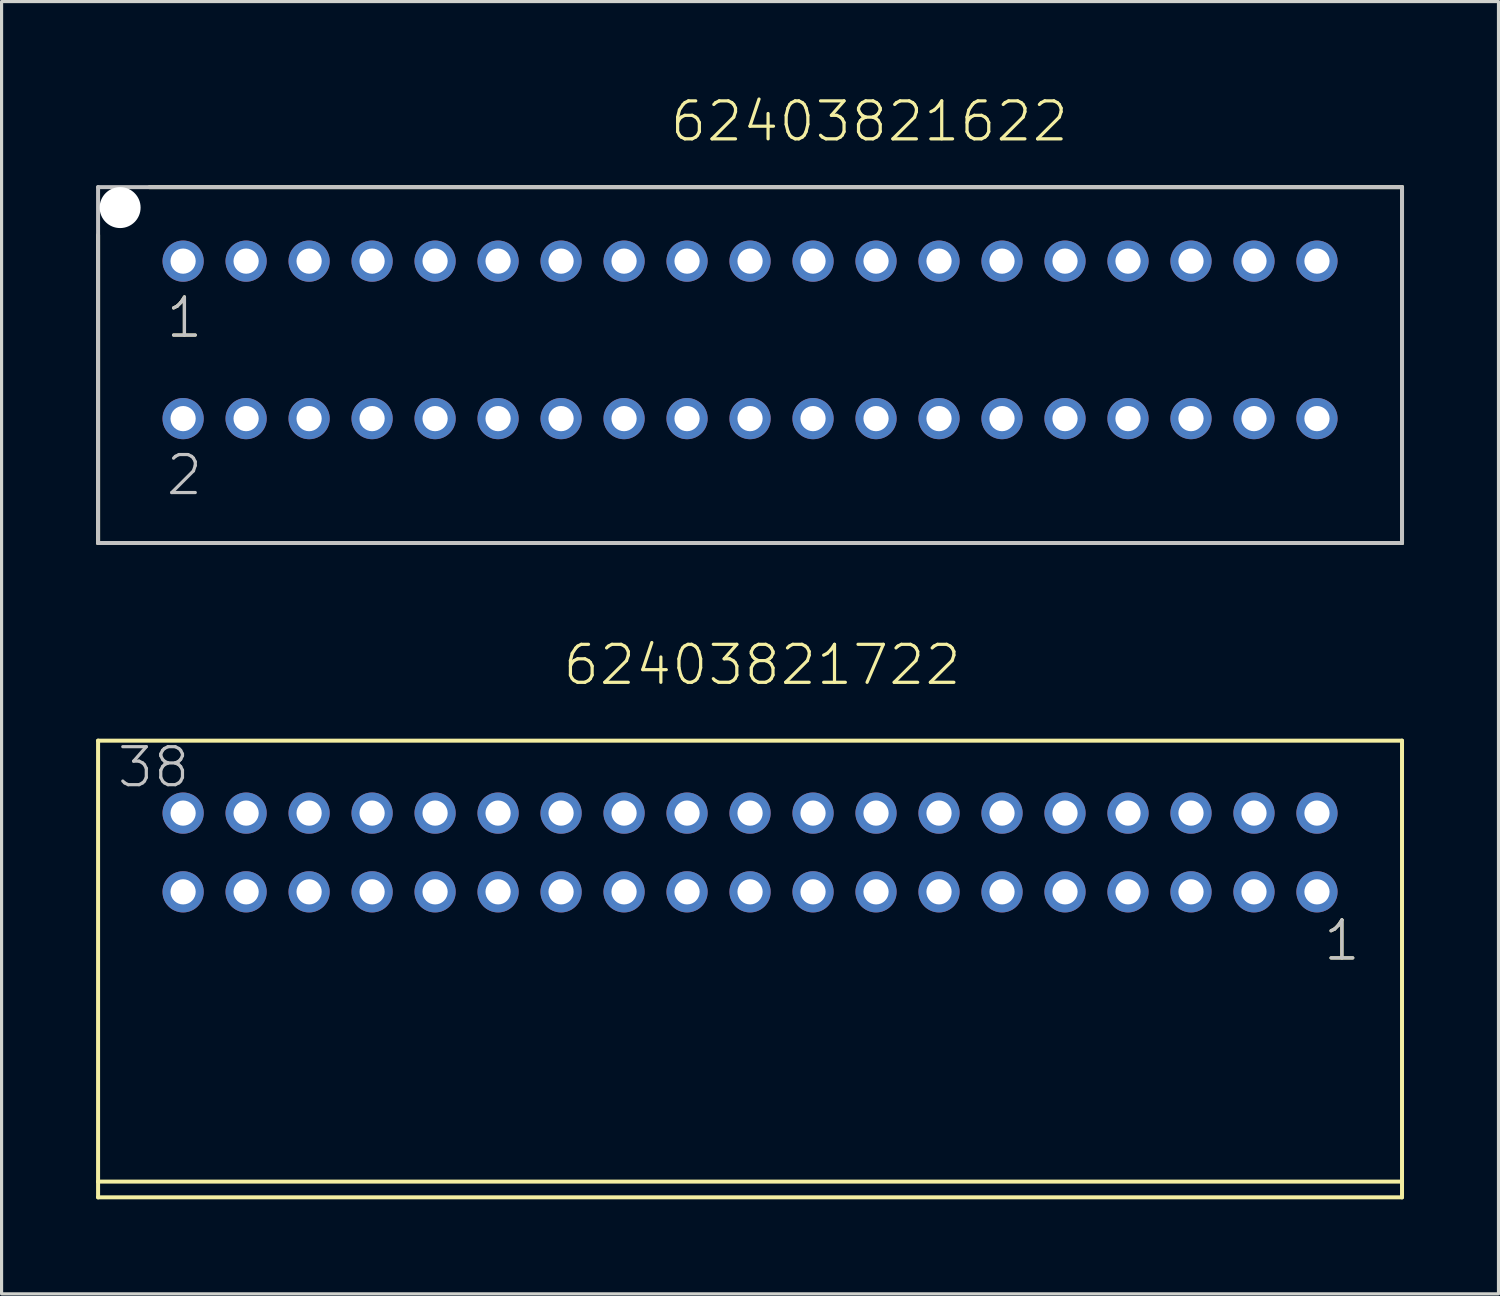
<source format=kicad_pcb>
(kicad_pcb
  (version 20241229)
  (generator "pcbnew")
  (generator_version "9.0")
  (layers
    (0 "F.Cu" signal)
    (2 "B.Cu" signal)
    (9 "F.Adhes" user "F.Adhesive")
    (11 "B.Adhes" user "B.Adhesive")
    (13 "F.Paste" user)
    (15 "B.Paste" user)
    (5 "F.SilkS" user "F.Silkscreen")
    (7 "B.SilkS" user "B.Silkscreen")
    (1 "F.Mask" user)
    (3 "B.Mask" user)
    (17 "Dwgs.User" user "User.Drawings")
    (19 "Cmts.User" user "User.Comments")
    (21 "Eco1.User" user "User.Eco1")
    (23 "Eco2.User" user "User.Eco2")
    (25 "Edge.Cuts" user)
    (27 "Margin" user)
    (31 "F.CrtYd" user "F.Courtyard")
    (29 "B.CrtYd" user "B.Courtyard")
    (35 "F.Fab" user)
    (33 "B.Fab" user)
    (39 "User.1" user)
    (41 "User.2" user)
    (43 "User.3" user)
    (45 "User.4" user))
  (footprint "62403821622"
    (layer "F.Cu")
    (at 20.764 7.741)
    (property "Reference" "62403821622" (at -2.596 -6.23 0) (layer "F.SilkS") (effects (font (size 1.206 1.206) (thickness 0.102)) (justify left bottom)))
    (attr through_hole)
    (fp_line (start -20.7 6.45) (end -20.7 -3.33) (stroke (width 0.127) (type solid)) (layer "F.SilkS"))
    (fp_line (start -19.07 -4.85) (end 20.7 -4.85) (stroke (width 0.127) (type solid)) (layer "F.SilkS"))
    (fp_line (start 20.7 -4.85) (end 20.7 6.45) (stroke (width 0.127) (type solid)) (layer "F.SilkS"))
    (fp_line (start 20.7 6.45) (end -20.7 6.45) (stroke (width 0.127) (type solid)) (layer "F.SilkS"))
    (fp_line (start -20.7 -4.85) (end 20.7 -4.85) (stroke (width 0.127) (type solid)) (layer "Dwgs.User"))
    (fp_line (start -20.7 6.45) (end -20.7 -4.85) (stroke (width 0.127) (type solid)) (layer "Dwgs.User"))
    (fp_line (start 20.7 -4.85) (end 20.7 6.45) (stroke (width 0.127) (type solid)) (layer "Dwgs.User"))
    (fp_line (start 20.7 6.45) (end -20.7 6.45) (stroke (width 0.127) (type solid)) (layer "Dwgs.User"))
    (fp_text user "1" (at -18.6 0 0) (layer "F.SilkS") (effects (font (size 1.206 1.206) (thickness 0.102)) (justify left bottom)))
    (fp_text user "1" (at -18.6 0 0) (layer "Dwgs.User") (effects (font (size 1.206 1.206) (thickness 0.102)) (justify left bottom)))
    (fp_text user "2" (at -18.6 5 0) (layer "Dwgs.User") (effects (font (size 1.206 1.206) (thickness 0.102)) (justify left bottom)))
    (pad "" np_thru_hole circle (at -20 -4.2) (size 1.3 1.3) (drill 1.3) (layers "*.Cu"))
    (pad "1" thru_hole circle (at -18 -2.5) (size 1.308 1.308) (drill 0.8) (layers "*.Cu" "*.Mask"))
    (pad "2" thru_hole circle (at -18 2.5) (size 1.308 1.308) (drill 0.8) (layers "*.Cu" "*.Mask"))
    (pad "3" thru_hole circle (at -16 -2.5) (size 1.308 1.308) (drill 0.8) (layers "*.Cu" "*.Mask"))
    (pad "4" thru_hole circle (at -16 2.5) (size 1.308 1.308) (drill 0.8) (layers "*.Cu" "*.Mask"))
    (pad "5" thru_hole circle (at -14 -2.5) (size 1.308 1.308) (drill 0.8) (layers "*.Cu" "*.Mask"))
    (pad "6" thru_hole circle (at -14 2.5) (size 1.308 1.308) (drill 0.8) (layers "*.Cu" "*.Mask"))
    (pad "7" thru_hole circle (at -12 -2.5) (size 1.308 1.308) (drill 0.8) (layers "*.Cu" "*.Mask"))
    (pad "8" thru_hole circle (at -12 2.5) (size 1.308 1.308) (drill 0.8) (layers "*.Cu" "*.Mask"))
    (pad "9" thru_hole circle (at -10 -2.5) (size 1.308 1.308) (drill 0.8) (layers "*.Cu" "*.Mask"))
    (pad "10" thru_hole circle (at -10 2.5) (size 1.308 1.308) (drill 0.8) (layers "*.Cu" "*.Mask"))
    (pad "11" thru_hole circle (at -8 -2.5) (size 1.308 1.308) (drill 0.8) (layers "*.Cu" "*.Mask"))
    (pad "12" thru_hole circle (at -8 2.5) (size 1.308 1.308) (drill 0.8) (layers "*.Cu" "*.Mask"))
    (pad "13" thru_hole circle (at -6 -2.5) (size 1.308 1.308) (drill 0.8) (layers "*.Cu" "*.Mask"))
    (pad "14" thru_hole circle (at -6 2.5) (size 1.308 1.308) (drill 0.8) (layers "*.Cu" "*.Mask"))
    (pad "15" thru_hole circle (at -4 -2.5) (size 1.308 1.308) (drill 0.8) (layers "*.Cu" "*.Mask"))
    (pad "16" thru_hole circle (at -4 2.5) (size 1.308 1.308) (drill 0.8) (layers "*.Cu" "*.Mask"))
    (pad "17" thru_hole circle (at -2 -2.5) (size 1.308 1.308) (drill 0.8) (layers "*.Cu" "*.Mask"))
    (pad "18" thru_hole circle (at -2 2.5) (size 1.308 1.308) (drill 0.8) (layers "*.Cu" "*.Mask"))
    (pad "19" thru_hole circle (at 0 -2.5) (size 1.308 1.308) (drill 0.8) (layers "*.Cu" "*.Mask"))
    (pad "20" thru_hole circle (at 0 2.5) (size 1.308 1.308) (drill 0.8) (layers "*.Cu" "*.Mask"))
    (pad "21" thru_hole circle (at 2 -2.5) (size 1.308 1.308) (drill 0.8) (layers "*.Cu" "*.Mask"))
    (pad "22" thru_hole circle (at 2 2.5) (size 1.308 1.308) (drill 0.8) (layers "*.Cu" "*.Mask"))
    (pad "23" thru_hole circle (at 4 -2.5) (size 1.308 1.308) (drill 0.8) (layers "*.Cu" "*.Mask"))
    (pad "24" thru_hole circle (at 4 2.5) (size 1.308 1.308) (drill 0.8) (layers "*.Cu" "*.Mask"))
    (pad "25" thru_hole circle (at 6 -2.5) (size 1.308 1.308) (drill 0.8) (layers "*.Cu" "*.Mask"))
    (pad "26" thru_hole circle (at 6 2.5) (size 1.308 1.308) (drill 0.8) (layers "*.Cu" "*.Mask"))
    (pad "27" thru_hole circle (at 8 -2.5) (size 1.308 1.308) (drill 0.8) (layers "*.Cu" "*.Mask"))
    (pad "28" thru_hole circle (at 8 2.5) (size 1.308 1.308) (drill 0.8) (layers "*.Cu" "*.Mask"))
    (pad "29" thru_hole circle (at 10 -2.5) (size 1.308 1.308) (drill 0.8) (layers "*.Cu" "*.Mask"))
    (pad "30" thru_hole circle (at 10 2.5) (size 1.308 1.308) (drill 0.8) (layers "*.Cu" "*.Mask"))
    (pad "31" thru_hole circle (at 12 -2.5) (size 1.308 1.308) (drill 0.8) (layers "*.Cu" "*.Mask"))
    (pad "32" thru_hole circle (at 12 2.5) (size 1.308 1.308) (drill 0.8) (layers "*.Cu" "*.Mask"))
    (pad "33" thru_hole circle (at 14 -2.5) (size 1.308 1.308) (drill 0.8) (layers "*.Cu" "*.Mask"))
    (pad "34" thru_hole circle (at 14 2.5) (size 1.308 1.308) (drill 0.8) (layers "*.Cu" "*.Mask"))
    (pad "35" thru_hole circle (at 16 -2.5) (size 1.308 1.308) (drill 0.8) (layers "*.Cu" "*.Mask"))
    (pad "36" thru_hole circle (at 16 2.5) (size 1.308 1.308) (drill 0.8) (layers "*.Cu" "*.Mask"))
    (pad "37" thru_hole circle (at 18 -2.5) (size 1.308 1.308) (drill 0.8) (layers "*.Cu" "*.Mask"))
    (pad "38" thru_hole circle (at 18 2.5) (size 1.308 1.308) (drill 0.8) (layers "*.Cu" "*.Mask")))
  (footprint "62403821722"
    (layer "F.Cu")
    (at 20.764 24.016)
    (property "Reference" "62403821722" (at -6 -5.25 0) (layer "F.SilkS") (effects (font (size 1.206 1.206) (thickness 0.102)) (justify left bottom)))
    (attr through_hole)
    (fp_line (start -20.7 -3.55) (end -20.7 10.45) (stroke (width 0.127) (type solid)) (layer "F.SilkS"))
    (fp_line (start -20.7 10.45) (end -20.7 10.95) (stroke (width 0.127) (type solid)) (layer "F.SilkS"))
    (fp_line (start -20.7 10.45) (end 20.7 10.45) (stroke (width 0.127) (type solid)) (layer "F.SilkS"))
    (fp_line (start -20.7 10.95) (end 20.7 10.95) (stroke (width 0.127) (type solid)) (layer "F.SilkS"))
    (fp_line (start 20.7 -3.55) (end -20.7 -3.55) (stroke (width 0.127) (type solid)) (layer "F.SilkS"))
    (fp_line (start 20.7 10.45) (end 20.7 -3.55) (stroke (width 0.127) (type solid)) (layer "F.SilkS"))
    (fp_line (start 20.7 10.95) (end 20.7 10.45) (stroke (width 0.127) (type solid)) (layer "F.SilkS"))
    (fp_text user "1" (at 18.15 3.5 0) (layer "F.SilkS") (effects (font (size 1.206 1.206) (thickness 0.102)) (justify left bottom)))
    (fp_text user "38" (at -20.155 -2 0) (layer "Dwgs.User") (effects (font (size 1.206 1.206) (thickness 0.102)) (justify left bottom)))
    (fp_text user "1" (at 18.15 3.5 0) (layer "Dwgs.User") (effects (font (size 1.206 1.206) (thickness 0.102)) (justify left bottom)))
    (pad "1" thru_hole circle (at 18 1.25 180) (size 1.308 1.308) (drill 0.8) (layers "*.Cu" "*.Mask"))
    (pad "2" thru_hole circle (at 18 -1.25 180) (size 1.308 1.308) (drill 0.8) (layers "*.Cu" "*.Mask"))
    (pad "3" thru_hole circle (at 16 1.25 180) (size 1.308 1.308) (drill 0.8) (layers "*.Cu" "*.Mask"))
    (pad "4" thru_hole circle (at 16 -1.25 180) (size 1.308 1.308) (drill 0.8) (layers "*.Cu" "*.Mask"))
    (pad "5" thru_hole circle (at 14 1.25 180) (size 1.308 1.308) (drill 0.8) (layers "*.Cu" "*.Mask"))
    (pad "6" thru_hole circle (at 14 -1.25 180) (size 1.308 1.308) (drill 0.8) (layers "*.Cu" "*.Mask"))
    (pad "7" thru_hole circle (at 12 1.25 180) (size 1.308 1.308) (drill 0.8) (layers "*.Cu" "*.Mask"))
    (pad "8" thru_hole circle (at 12 -1.25 180) (size 1.308 1.308) (drill 0.8) (layers "*.Cu" "*.Mask"))
    (pad "9" thru_hole circle (at 10 1.25 180) (size 1.308 1.308) (drill 0.8) (layers "*.Cu" "*.Mask"))
    (pad "10" thru_hole circle (at 10 -1.25 180) (size 1.308 1.308) (drill 0.8) (layers "*.Cu" "*.Mask"))
    (pad "11" thru_hole circle (at 8 1.25 180) (size 1.308 1.308) (drill 0.8) (layers "*.Cu" "*.Mask"))
    (pad "12" thru_hole circle (at 8 -1.25 180) (size 1.308 1.308) (drill 0.8) (layers "*.Cu" "*.Mask"))
    (pad "13" thru_hole circle (at 6 1.25 180) (size 1.308 1.308) (drill 0.8) (layers "*.Cu" "*.Mask"))
    (pad "14" thru_hole circle (at 6 -1.25 180) (size 1.308 1.308) (drill 0.8) (layers "*.Cu" "*.Mask"))
    (pad "15" thru_hole circle (at 4 1.25 180) (size 1.308 1.308) (drill 0.8) (layers "*.Cu" "*.Mask"))
    (pad "16" thru_hole circle (at 4 -1.25 180) (size 1.308 1.308) (drill 0.8) (layers "*.Cu" "*.Mask"))
    (pad "17" thru_hole circle (at 2 1.25 180) (size 1.308 1.308) (drill 0.8) (layers "*.Cu" "*.Mask"))
    (pad "18" thru_hole circle (at 2 -1.25 180) (size 1.308 1.308) (drill 0.8) (layers "*.Cu" "*.Mask"))
    (pad "19" thru_hole circle (at 0 1.25 180) (size 1.308 1.308) (drill 0.8) (layers "*.Cu" "*.Mask"))
    (pad "20" thru_hole circle (at 0 -1.25 180) (size 1.308 1.308) (drill 0.8) (layers "*.Cu" "*.Mask"))
    (pad "21" thru_hole circle (at -2 1.25 180) (size 1.308 1.308) (drill 0.8) (layers "*.Cu" "*.Mask"))
    (pad "22" thru_hole circle (at -2 -1.25 180) (size 1.308 1.308) (drill 0.8) (layers "*.Cu" "*.Mask"))
    (pad "23" thru_hole circle (at -4 1.25 180) (size 1.308 1.308) (drill 0.8) (layers "*.Cu" "*.Mask"))
    (pad "24" thru_hole circle (at -4 -1.25 180) (size 1.308 1.308) (drill 0.8) (layers "*.Cu" "*.Mask"))
    (pad "25" thru_hole circle (at -6 1.25 180) (size 1.308 1.308) (drill 0.8) (layers "*.Cu" "*.Mask"))
    (pad "26" thru_hole circle (at -6 -1.25 180) (size 1.308 1.308) (drill 0.8) (layers "*.Cu" "*.Mask"))
    (pad "27" thru_hole circle (at -8 1.25 180) (size 1.308 1.308) (drill 0.8) (layers "*.Cu" "*.Mask"))
    (pad "28" thru_hole circle (at -8 -1.25 180) (size 1.308 1.308) (drill 0.8) (layers "*.Cu" "*.Mask"))
    (pad "29" thru_hole circle (at -10 1.25 180) (size 1.308 1.308) (drill 0.8) (layers "*.Cu" "*.Mask"))
    (pad "30" thru_hole circle (at -10 -1.25 180) (size 1.308 1.308) (drill 0.8) (layers "*.Cu" "*.Mask"))
    (pad "31" thru_hole circle (at -12 1.25 180) (size 1.308 1.308) (drill 0.8) (layers "*.Cu" "*.Mask"))
    (pad "32" thru_hole circle (at -12 -1.25 180) (size 1.308 1.308) (drill 0.8) (layers "*.Cu" "*.Mask"))
    (pad "33" thru_hole circle (at -14 1.25 180) (size 1.308 1.308) (drill 0.8) (layers "*.Cu" "*.Mask"))
    (pad "34" thru_hole circle (at -14 -1.25 180) (size 1.308 1.308) (drill 0.8) (layers "*.Cu" "*.Mask"))
    (pad "35" thru_hole circle (at -16 1.25 180) (size 1.308 1.308) (drill 0.8) (layers "*.Cu" "*.Mask"))
    (pad "36" thru_hole circle (at -16 -1.25 180) (size 1.308 1.308) (drill 0.8) (layers "*.Cu" "*.Mask"))
    (pad "37" thru_hole circle (at -18 1.25 180) (size 1.308 1.308) (drill 0.8) (layers "*.Cu" "*.Mask"))
    (pad "38" thru_hole circle (at -18 -1.25 180) (size 1.308 1.308) (drill 0.8) (layers "*.Cu" "*.Mask")))
  (gr_rect
    (start -3 -3)
    (end 44.527 38.03)
    (stroke (width 0.1) (type default))
    (fill no)
    (layer "Edge.Cuts")))
</source>
